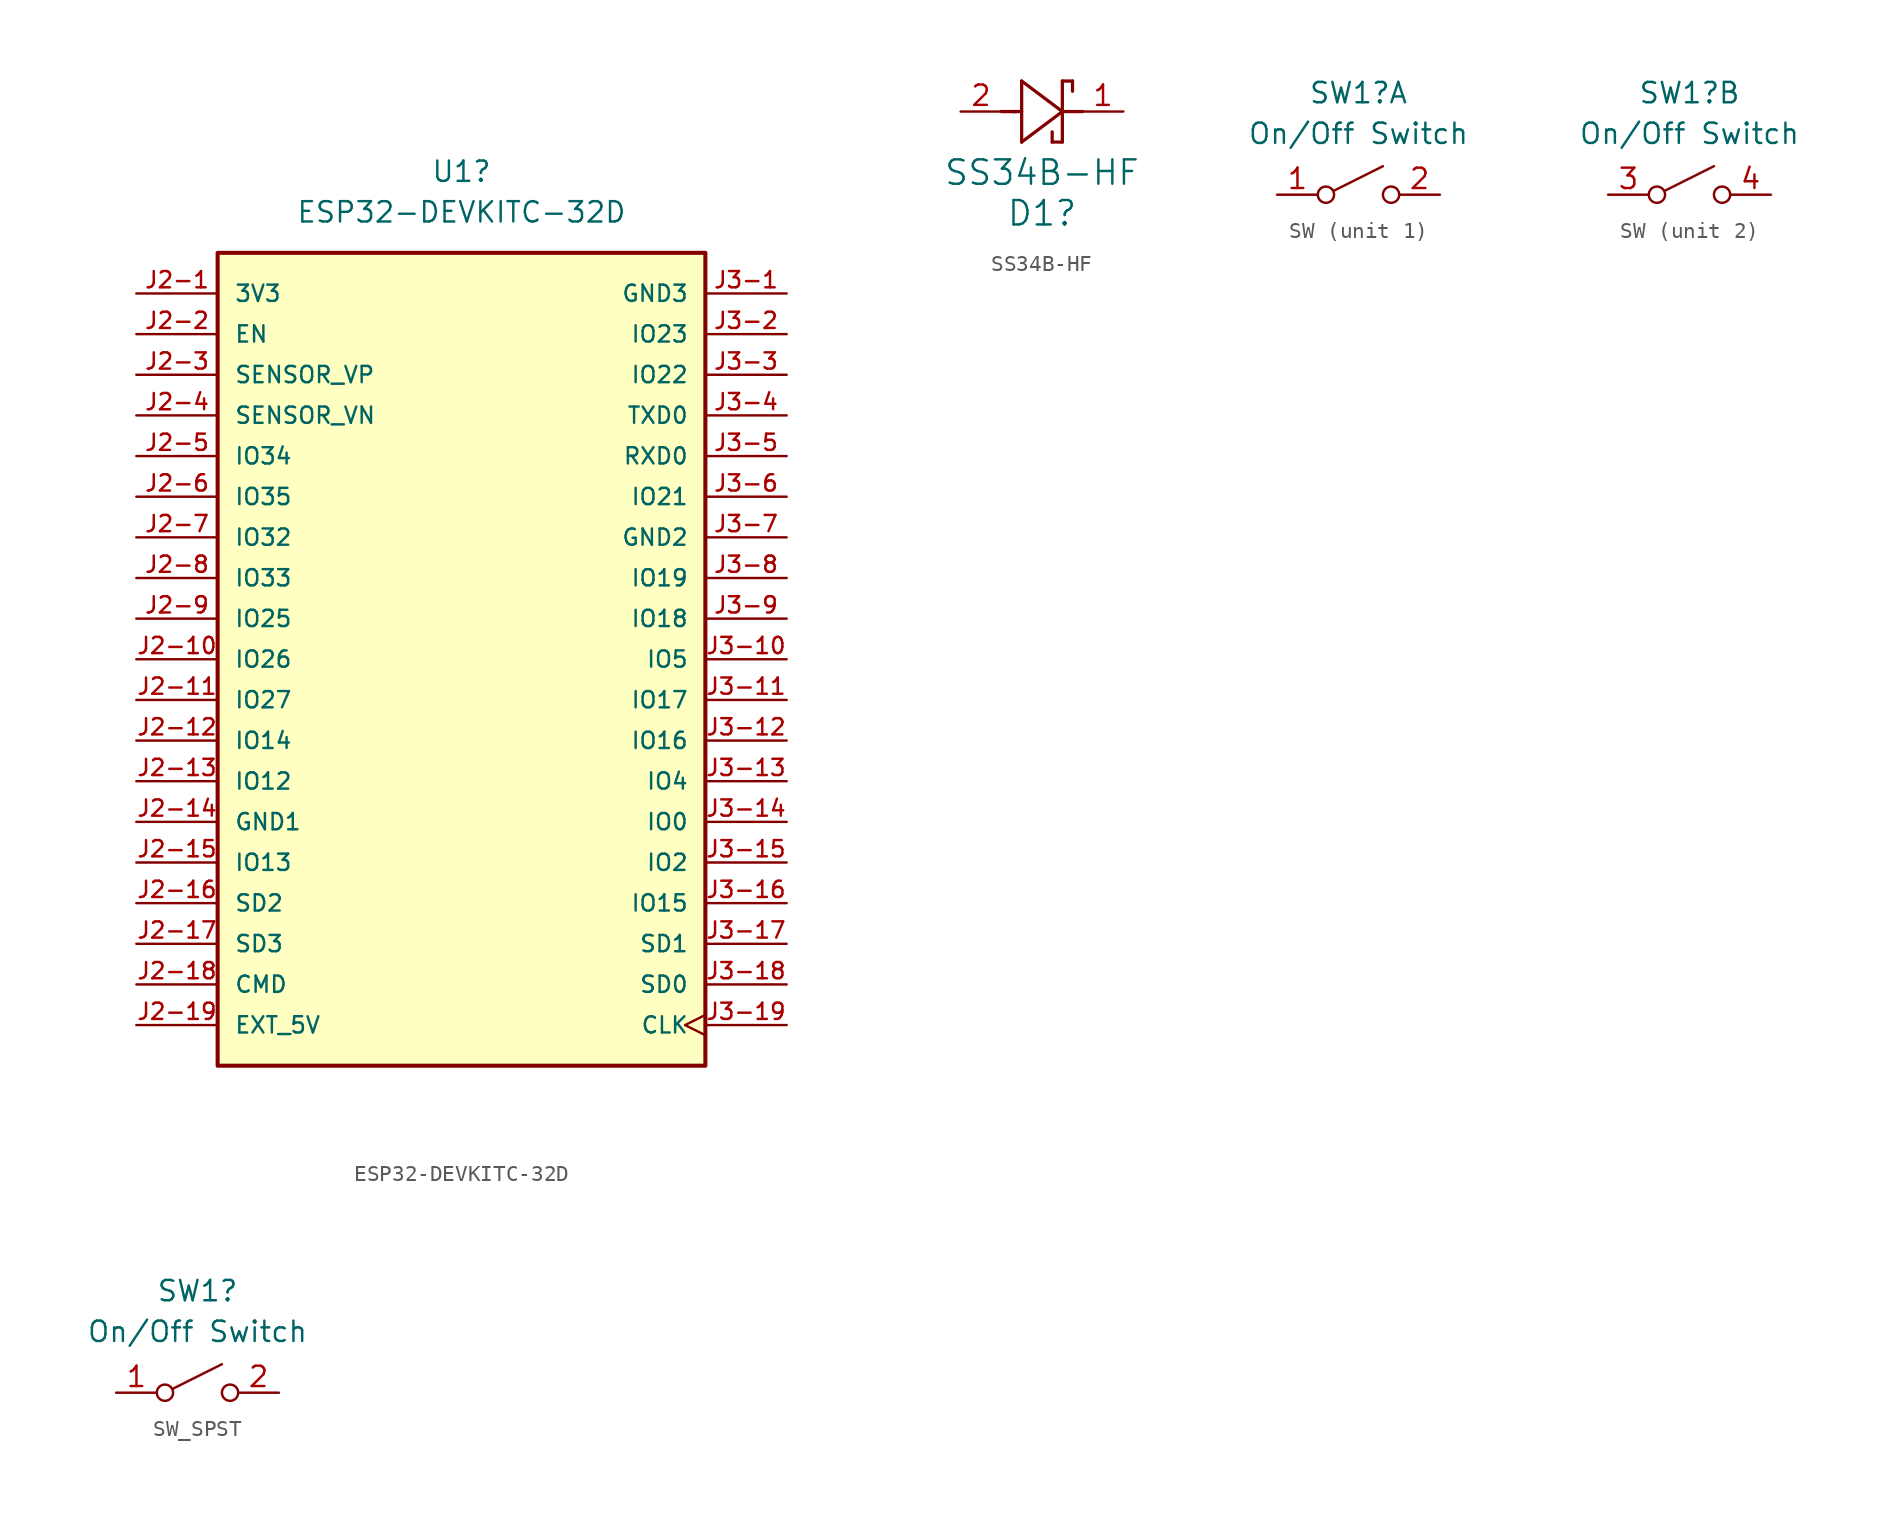
<source format=kicad_sym>
(kicad_symbol_lib
  (version 20241209)
  (generator "kicad_symbol_editor")
  (generator_version "9.0")
  (symbol "ESP32-DEVKITC-32D"
    (pin_names
      (offset 1.016))
    (property "Reference" "U1"
      (at 0 30.48 0)
      (effects (font (size 1.27 1.27))))
    (property "Value" "ESP32-DEVKITC-32D"
      (at 0 27.94 0)
      (effects (font (size 1.27 1.27))))
    (symbol "ESP32-DEVKITC-32D_0_0"
      (rectangle (start -15.24 -25.4) (end 15.24 25.4) (stroke (width 0.254) (type default)) (fill (type background)))
      (pin power_in line (at -20.32 22.86 0) (length 5.08) (name "3V3" (effects (font (size 1.016 1.016)))) (number "J2-1" (effects (font (size 1.016 1.016)))))
      (pin input line (at -20.32 20.32 0) (length 5.08) (name "EN" (effects (font (size 1.016 1.016)))) (number "J2-2" (effects (font (size 1.016 1.016)))))
      (pin input line (at -20.32 17.78 0) (length 5.08) (name "SENSOR_VP" (effects (font (size 1.016 1.016)))) (number "J2-3" (effects (font (size 1.016 1.016)))))
      (pin input line (at -20.32 15.24 0) (length 5.08) (name "SENSOR_VN" (effects (font (size 1.016 1.016)))) (number "J2-4" (effects (font (size 1.016 1.016)))))
      (pin bidirectional line (at -20.32 12.7 0) (length 5.08) (name "IO34" (effects (font (size 1.016 1.016)))) (number "J2-5" (effects (font (size 1.016 1.016)))))
      (pin bidirectional line (at -20.32 10.16 0) (length 5.08) (name "IO35" (effects (font (size 1.016 1.016)))) (number "J2-6" (effects (font (size 1.016 1.016)))))
      (pin bidirectional line (at -20.32 7.62 0) (length 5.08) (name "IO32" (effects (font (size 1.016 1.016)))) (number "J2-7" (effects (font (size 1.016 1.016)))))
      (pin bidirectional line (at -20.32 5.08 0) (length 5.08) (name "IO33" (effects (font (size 1.016 1.016)))) (number "J2-8" (effects (font (size 1.016 1.016)))))
      (pin bidirectional line (at -20.32 2.54 0) (length 5.08) (name "IO25" (effects (font (size 1.016 1.016)))) (number "J2-9" (effects (font (size 1.016 1.016)))))
      (pin bidirectional line (at -20.32 0 0) (length 5.08) (name "IO26" (effects (font (size 1.016 1.016)))) (number "J2-10" (effects (font (size 1.016 1.016)))))
      (pin bidirectional line (at -20.32 -2.54 0) (length 5.08) (name "IO27" (effects (font (size 1.016 1.016)))) (number "J2-11" (effects (font (size 1.016 1.016)))))
      (pin bidirectional line (at -20.32 -5.08 0) (length 5.08) (name "IO14" (effects (font (size 1.016 1.016)))) (number "J2-12" (effects (font (size 1.016 1.016)))))
      (pin bidirectional line (at -20.32 -7.62 0) (length 5.08) (name "IO12" (effects (font (size 1.016 1.016)))) (number "J2-13" (effects (font (size 1.016 1.016)))))
      (pin power_in line (at -20.32 -10.16 0) (length 5.08) (name "GND1" (effects (font (size 1.016 1.016)))) (number "J2-14" (effects (font (size 1.016 1.016)))))
      (pin bidirectional line (at -20.32 -12.7 0) (length 5.08) (name "IO13" (effects (font (size 1.016 1.016)))) (number "J2-15" (effects (font (size 1.016 1.016)))))
      (pin bidirectional line (at -20.32 -15.24 0) (length 5.08) (name "SD2" (effects (font (size 1.016 1.016)))) (number "J2-16" (effects (font (size 1.016 1.016)))))
      (pin bidirectional line (at -20.32 -17.78 0) (length 5.08) (name "SD3" (effects (font (size 1.016 1.016)))) (number "J2-17" (effects (font (size 1.016 1.016)))))
      (pin bidirectional line (at -20.32 -20.32 0) (length 5.08) (name "CMD" (effects (font (size 1.016 1.016)))) (number "J2-18" (effects (font (size 1.016 1.016)))))
      (pin power_in line (at -20.32 -22.86 0) (length 5.08) (name "EXT_5V" (effects (font (size 1.016 1.016)))) (number "J2-19" (effects (font (size 1.016 1.016)))))
      (pin power_in line (at 20.32 22.86 180) (length 5.08) (name "GND3" (effects (font (size 1.016 1.016)))) (number "J3-1" (effects (font (size 1.016 1.016)))))
      (pin bidirectional line (at 20.32 20.32 180) (length 5.08) (name "IO23" (effects (font (size 1.016 1.016)))) (number "J3-2" (effects (font (size 1.016 1.016)))))
      (pin bidirectional line (at 20.32 17.78 180) (length 5.08) (name "IO22" (effects (font (size 1.016 1.016)))) (number "J3-3" (effects (font (size 1.016 1.016)))))
      (pin output line (at 20.32 15.24 180) (length 5.08) (name "TXD0" (effects (font (size 1.016 1.016)))) (number "J3-4" (effects (font (size 1.016 1.016)))))
      (pin input line (at 20.32 12.7 180) (length 5.08) (name "RXD0" (effects (font (size 1.016 1.016)))) (number "J3-5" (effects (font (size 1.016 1.016)))))
      (pin bidirectional line (at 20.32 10.16 180) (length 5.08) (name "IO21" (effects (font (size 1.016 1.016)))) (number "J3-6" (effects (font (size 1.016 1.016)))))
      (pin power_out line (at 20.32 7.62 180) (length 5.08) (name "GND2" (effects (font (size 1.016 1.016)))) (number "J3-7" (effects (font (size 1.016 1.016)))))
      (pin bidirectional line (at 20.32 5.08 180) (length 5.08) (name "IO19" (effects (font (size 1.016 1.016)))) (number "J3-8" (effects (font (size 1.016 1.016)))))
      (pin bidirectional line (at 20.32 2.54 180) (length 5.08) (name "IO18" (effects (font (size 1.016 1.016)))) (number "J3-9" (effects (font (size 1.016 1.016)))))
      (pin bidirectional line (at 20.32 0 180) (length 5.08) (name "IO5" (effects (font (size 1.016 1.016)))) (number "J3-10" (effects (font (size 1.016 1.016)))))
      (pin bidirectional line (at 20.32 -2.54 180) (length 5.08) (name "IO17" (effects (font (size 1.016 1.016)))) (number "J3-11" (effects (font (size 1.016 1.016)))))
      (pin bidirectional line (at 20.32 -5.08 180) (length 5.08) (name "IO16" (effects (font (size 1.016 1.016)))) (number "J3-12" (effects (font (size 1.016 1.016)))))
      (pin bidirectional line (at 20.32 -7.62 180) (length 5.08) (name "IO4" (effects (font (size 1.016 1.016)))) (number "J3-13" (effects (font (size 1.016 1.016)))))
      (pin bidirectional line (at 20.32 -10.16 180) (length 5.08) (name "IO0" (effects (font (size 1.016 1.016)))) (number "J3-14" (effects (font (size 1.016 1.016)))))
      (pin bidirectional line (at 20.32 -12.7 180) (length 5.08) (name "IO2" (effects (font (size 1.016 1.016)))) (number "J3-15" (effects (font (size 1.016 1.016)))))
      (pin bidirectional line (at 20.32 -15.24 180) (length 5.08) (name "IO15" (effects (font (size 1.016 1.016)))) (number "J3-16" (effects (font (size 1.016 1.016)))))
      (pin bidirectional line (at 20.32 -17.78 180) (length 5.08) (name "SD1" (effects (font (size 1.016 1.016)))) (number "J3-17" (effects (font (size 1.016 1.016)))))
      (pin bidirectional line (at 20.32 -20.32 180) (length 5.08) (name "SD0" (effects (font (size 1.016 1.016)))) (number "J3-18" (effects (font (size 1.016 1.016)))))
      (pin input clock (at 20.32 -22.86 180) (length 5.08) (name "CLK" (effects (font (size 1.016 1.016)))) (number "J3-19" (effects (font (size 1.016 1.016)))))))
  (symbol "SS34B-HF"
    (pin_names
      (offset 0.254))
    (property "Reference" "D1"
      (at 5.08 -6.35 0)
      (effects (font (size 1.524 1.524))))
    (property "Value" "SS34B-HF"
      (at 5.08 -3.81 0)
      (effects (font (size 1.524 1.524))))
    (property "ki_locked" ""
      (at 0 0 0)
      (effects (font (size 1.27 1.27))))
    (symbol "SS34B-HF_0_1"
      (polyline (pts (xy 2.54 0) (xy 3.48 0)) (stroke (width 0.203) (type default)) (fill (type none)))
      (polyline (pts (xy 3.175 0) (xy 3.81 0)) (stroke (width 0.203) (type default)) (fill (type none)))
      (polyline (pts (xy 3.81 1.905) (xy 3.81 -1.905)) (stroke (width 0.203) (type default)) (fill (type none)))
      (polyline (pts (xy 3.81 -1.905) (xy 6.35 0)) (stroke (width 0.203) (type default)) (fill (type none)))
      (polyline (pts (xy 5.715 -1.905) (xy 5.715 -1.27)) (stroke (width 0.203) (type default)) (fill (type none)))
      (polyline (pts (xy 6.35 1.905) (xy 6.985 1.905)) (stroke (width 0.203) (type default)) (fill (type none)))
      (polyline (pts (xy 6.35 0) (xy 3.81 1.905)) (stroke (width 0.203) (type default)) (fill (type none)))
      (polyline (pts (xy 6.35 0) (xy 7.62 0)) (stroke (width 0.203) (type default)) (fill (type none)))
      (polyline (pts (xy 6.35 -1.905) (xy 5.715 -1.905)) (stroke (width 0.203) (type default)) (fill (type none)))
      (polyline (pts (xy 6.35 -1.905) (xy 6.35 1.905)) (stroke (width 0.203) (type default)) (fill (type none)))
      (polyline (pts (xy 6.985 1.905) (xy 6.985 1.27)) (stroke (width 0.203) (type default)) (fill (type none)))
      (pin power_in line (at 0 0 0) (length 2.54) (name "" (effects (font (size 1.27 1.27)))) (number "2" (effects (font (size 1.27 1.27)))))
      (pin power_out line (at 10.16 0 180) (length 2.54) (name "" (effects (font (size 1.27 1.27)))) (number "1" (effects (font (size 1.27 1.27)))))))
  (symbol "SW"
    (pin_names
      (offset 0)
      (hide yes))
    (property "Reference" "SW1"
      (at 0 6.35 0)
      (effects (font (size 1.27 1.27))))
    (property "Value" "On/Off Switch"
      (at 0 3.81 0)
      (effects (font (size 1.27 1.27))))
    (symbol "SW_0_0"
      (circle (center -2.032 0) (radius 0.508) (stroke (width 0) (type default)) (fill (type none)))
      (polyline (pts (xy -1.524 0.254) (xy 1.524 1.778)) (stroke (width 0) (type default)) (fill (type none)))
      (circle (center 2.032 0) (radius 0.508) (stroke (width 0) (type default)) (fill (type none))))
    (symbol "SW_1_1"
      (pin passive line (at -5.08 0 0) (length 2.54) (name "A" (effects (font (size 1.27 1.27)))) (number "1" (effects (font (size 1.27 1.27)))))
      (pin passive line (at 5.08 0 180) (length 2.54) (name "B" (effects (font (size 1.27 1.27)))) (number "2" (effects (font (size 1.27 1.27))))))
    (symbol "SW_2_1"
      (pin passive line (at -5.08 0 0) (length 2.54) (name "A" (effects (font (size 1.27 1.27)))) (number "3" (effects (font (size 1.27 1.27)))))
      (pin passive line (at 5.08 0 180) (length 2.54) (name "B" (effects (font (size 1.27 1.27)))) (number "4" (effects (font (size 1.27 1.27)))))))
  (symbol "SW_SPST"
    (pin_names
      (offset 0)
      (hide yes))
    (property "Reference" "SW1"
      (at 0 6.35 0)
      (effects (font (size 1.27 1.27))))
    (property "Value" "On/Off Switch"
      (at 0 3.81 0)
      (effects (font (size 1.27 1.27))))
    (symbol "SW_SPST_0_0"
      (circle (center -2.032 0) (radius 0.508) (stroke (width 0) (type default)) (fill (type none)))
      (polyline (pts (xy -1.524 0.254) (xy 1.524 1.778)) (stroke (width 0) (type default)) (fill (type none)))
      (circle (center 2.032 0) (radius 0.508) (stroke (width 0) (type default)) (fill (type none))))
    (symbol "SW_SPST_1_1"
      (pin power_out line (at -5.08 0 0) (length 2.54) (name "A" (effects (font (size 1.27 1.27)))) (number "1" (effects (font (size 1.27 1.27)))))
      (pin power_in line (at 5.08 0 180) (length 2.54) (name "B" (effects (font (size 1.27 1.27)))) (number "2" (effects (font (size 1.27 1.27))))))))
</source>
